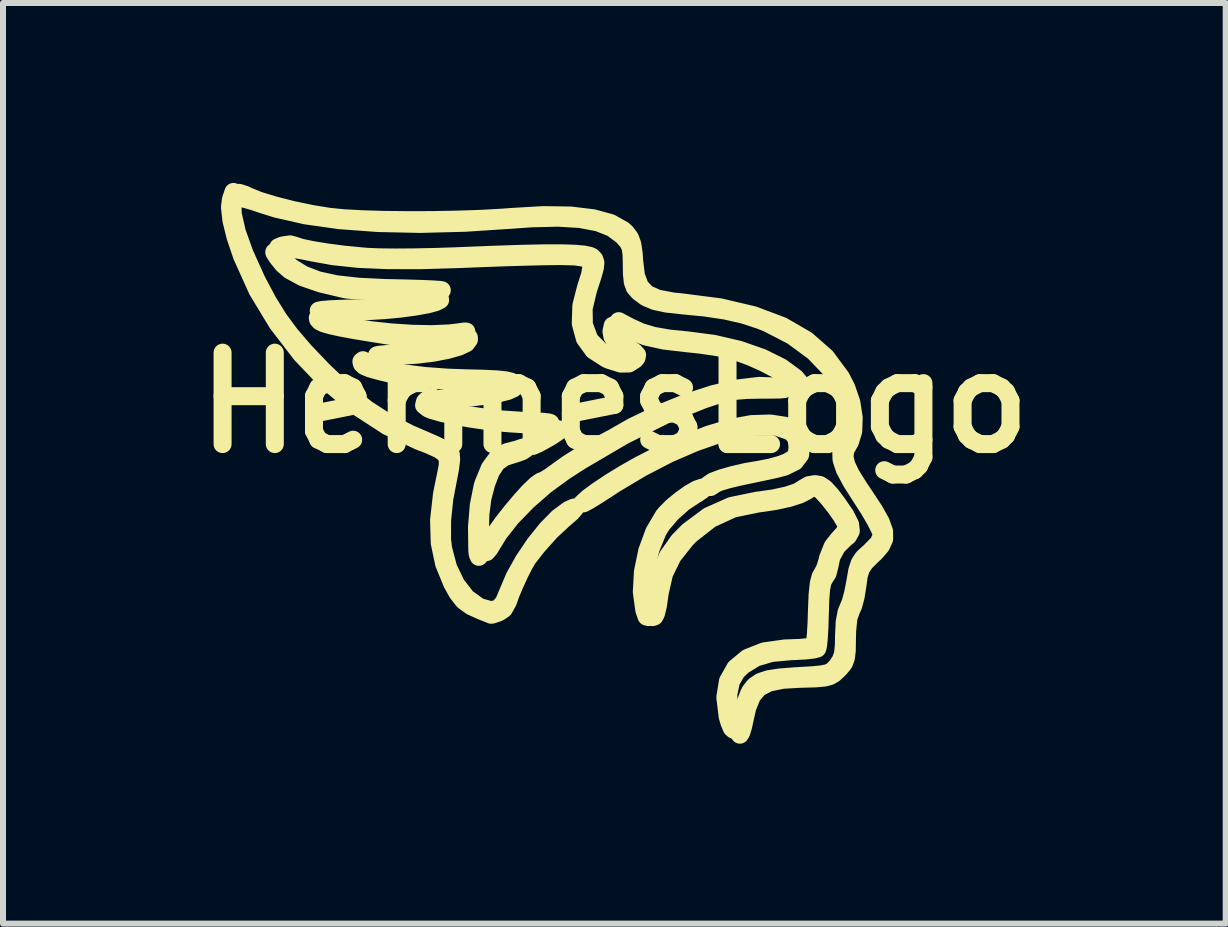
<source format=kicad_pcb>
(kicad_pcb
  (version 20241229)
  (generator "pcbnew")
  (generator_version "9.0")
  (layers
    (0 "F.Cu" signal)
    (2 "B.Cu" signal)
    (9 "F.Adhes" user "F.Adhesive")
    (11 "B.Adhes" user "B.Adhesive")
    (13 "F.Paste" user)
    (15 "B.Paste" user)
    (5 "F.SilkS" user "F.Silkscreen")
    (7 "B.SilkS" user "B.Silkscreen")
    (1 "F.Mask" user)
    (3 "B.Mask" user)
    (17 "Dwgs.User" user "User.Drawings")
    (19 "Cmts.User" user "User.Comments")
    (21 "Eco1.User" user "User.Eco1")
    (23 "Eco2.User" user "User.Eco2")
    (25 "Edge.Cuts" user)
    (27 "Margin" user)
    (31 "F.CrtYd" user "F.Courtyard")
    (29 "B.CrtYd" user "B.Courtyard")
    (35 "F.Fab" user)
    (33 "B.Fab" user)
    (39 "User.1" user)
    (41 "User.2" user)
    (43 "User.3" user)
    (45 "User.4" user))
  (footprint "HermesLogo"
    (layer "F.Cu")
    (at 7.192 3.664)
    (property "Reference" "HermesLogo" (at 0 0 0) (layer "F.SilkS") (effects (font (size 1.524 1.524) (thickness 0.3))))
    (attr through_hole)
    (fp_poly (pts (xy -0.048 -0.897) (xy -0.073 -0.873) (xy -0.097 -0.897) (xy -0.073 -0.921) (xy -0.048 -0.897)) (stroke (width 0.01) (type solid)) (fill yes) (layer "F.SilkS"))
    (fp_poly (pts (xy -0.914 0.448) (xy -0.942 0.485) (xy -1.047 0.556) (xy -1.091 0.582) (xy -1.26 0.677) (xy -1.36 0.721) (xy -1.403 0.718) (xy -1.406 0.705) (xy -1.366 0.673) (xy -1.269 0.619) (xy -1.236 0.603) (xy -1.127 0.541) (xy -1.069 0.489) (xy -1.066 0.479) (xy -1.025 0.446) (xy -0.957 0.437) (xy -0.914 0.448)) (stroke (width 0.3) (type solid)) (fill yes) (layer "F.SilkS"))
    (fp_poly (pts (xy -2.425 -1.085) (xy -2.424 -1.053) (xy -2.469 -0.992) (xy -2.595 -0.933) (xy -2.785 -0.879) (xy -3.021 -0.834) (xy -3.287 -0.801) (xy -3.566 -0.784) (xy -3.766 -0.783) (xy -3.899 -0.786) (xy -3.957 -0.791) (xy -3.934 -0.798) (xy -3.825 -0.809) (xy -3.624 -0.824) (xy -3.587 -0.827) (xy -3.174 -0.867) (xy -2.856 -0.919) (xy -2.633 -0.982) (xy -2.509 -1.052) (xy -2.445 -1.103) (xy -2.425 -1.085)) (stroke (width 0.3) (type solid)) (fill yes) (layer "F.SilkS"))
    (fp_poly (pts (xy -2.913 -1.748) (xy -2.905 -1.713) (xy -2.982 -1.675) (xy -3.127 -1.637) (xy -3.329 -1.601) (xy -3.573 -1.568) (xy -3.846 -1.543) (xy -4.133 -1.526) (xy -4.26 -1.522) (xy -4.505 -1.518) (xy -4.707 -1.518) (xy -4.853 -1.523) (xy -4.924 -1.531) (xy -4.928 -1.535) (xy -4.871 -1.547) (xy -4.736 -1.558) (xy -4.54 -1.567) (xy -4.304 -1.573) (xy -4.23 -1.575) (xy -3.853 -1.588) (xy -3.529 -1.617) (xy -3.271 -1.66) (xy -3.091 -1.714) (xy -3.028 -1.749) (xy -2.948 -1.762) (xy -2.913 -1.748)) (stroke (width 0.3) (type solid)) (fill yes) (layer "F.SilkS"))
    (fp_poly (pts (xy -1.471 0.764) (xy -1.538 0.81) (xy -1.654 0.85) (xy -1.66 0.851) (xy -1.837 0.908) (xy -1.963 1) (xy -2.059 1.149) (xy -2.136 1.349) (xy -2.2 1.594) (xy -2.233 1.855) (xy -2.241 2.121) (xy -2.242 2.316) (xy -2.247 2.468) (xy -2.255 2.556) (xy -2.259 2.569) (xy -2.277 2.528) (xy -2.285 2.46) (xy -2.29 2.075) (xy -2.26 1.71) (xy -2.197 1.397) (xy -2.181 1.344) (xy -2.075 1.087) (xy -1.949 0.917) (xy -1.795 0.825) (xy -1.745 0.812) (xy -1.611 0.777) (xy -1.531 0.749) (xy -1.467 0.734) (xy -1.471 0.764)) (stroke (width 0.3) (type solid)) (fill yes) (layer "F.SilkS"))
    (fp_poly (pts (xy -3.025 -0.071) (xy -3.071 -0.026) (xy -3.12 0.019) (xy -3.104 0.05) (xy -3.012 0.082) (xy -2.972 0.093) (xy -2.489 0.2) (xy -1.977 0.272) (xy -1.538 0.301) (xy -1.337 0.308) (xy -1.179 0.319) (xy -1.085 0.33) (xy -1.067 0.338) (xy -1.113 0.358) (xy -1.244 0.366) (xy -1.449 0.362) (xy -1.715 0.346) (xy -1.842 0.336) (xy -2.116 0.306) (xy -2.397 0.265) (xy -2.661 0.218) (xy -2.887 0.167) (xy -3.051 0.119) (xy -3.104 0.096) (xy -3.172 0.043) (xy -3.157 -0.016) (xy -3.148 -0.028) (xy -3.072 -0.086) (xy -3.036 -0.095) (xy -3.025 -0.071)) (stroke (width 0.3) (type solid)) (fill yes) (layer "F.SilkS"))
    (fp_poly (pts (xy -5.641 -2.502) (xy -5.573 -2.437) (xy -5.556 -2.418) (xy -5.389 -2.26) (xy -5.188 -2.136) (xy -4.943 -2.042) (xy -4.641 -1.976) (xy -4.27 -1.934) (xy -3.818 -1.912) (xy -3.715 -1.91) (xy -3.444 -1.904) (xy -3.208 -1.897) (xy -3.024 -1.889) (xy -2.909 -1.881) (xy -2.877 -1.875) (xy -2.91 -1.864) (xy -3.021 -1.857) (xy -3.192 -1.853) (xy -3.405 -1.852) (xy -3.64 -1.854) (xy -3.88 -1.858) (xy -4.105 -1.865) (xy -4.298 -1.873) (xy -4.439 -1.884) (xy -4.492 -1.892) (xy -4.889 -1.986) (xy -5.194 -2.091) (xy -5.413 -2.21) (xy -5.522 -2.305) (xy -5.61 -2.413) (xy -5.663 -2.491) (xy -5.67 -2.51) (xy -5.641 -2.502)) (stroke (width 0.3) (type solid)) (fill yes) (layer "F.SilkS"))
    (fp_poly (pts (xy -4.817 -1.391) (xy -4.802 -1.383) (xy -4.623 -1.317) (xy -4.369 -1.258) (xy -4.062 -1.209) (xy -3.726 -1.173) (xy -3.381 -1.15) (xy -3.05 -1.143) (xy -2.756 -1.155) (xy -2.593 -1.174) (xy -2.494 -1.188) (xy -2.468 -1.186) (xy -2.484 -1.181) (xy -2.556 -1.145) (xy -2.569 -1.123) (xy -2.614 -1.11) (xy -2.732 -1.098) (xy -2.9 -1.09) (xy -3.095 -1.084) (xy -3.293 -1.083) (xy -3.471 -1.086) (xy -3.605 -1.094) (xy -3.635 -1.098) (xy -4.028 -1.16) (xy -4.335 -1.211) (xy -4.567 -1.254) (xy -4.732 -1.291) (xy -4.843 -1.323) (xy -4.908 -1.355) (xy -4.938 -1.387) (xy -4.944 -1.415) (xy -4.907 -1.424) (xy -4.817 -1.391)) (stroke (width 0.3) (type solid)) (fill yes) (layer "F.SilkS"))
    (fp_poly (pts (xy 0.251 -1.265) (xy 0.441 -1.178) (xy 0.653 -1.115) (xy 0.911 -1.07) (xy 1.212 -1.04) (xy 1.656 -0.982) (xy 2.078 -0.884) (xy 2.46 -0.751) (xy 2.783 -0.591) (xy 3.02 -0.417) (xy 3.107 -0.311) (xy 3.121 -0.232) (xy 3.06 -0.196) (xy 3.039 -0.195) (xy 3.011 -0.209) (xy 3.044 -0.235) (xy 3.056 -0.286) (xy 2.991 -0.362) (xy 2.867 -0.457) (xy 2.697 -0.56) (xy 2.496 -0.665) (xy 2.28 -0.762) (xy 2.063 -0.842) (xy 1.878 -0.894) (xy 1.672 -0.934) (xy 1.423 -0.969) (xy 1.188 -0.994) (xy 0.828 -1.036) (xy 0.527 -1.103) (xy 0.299 -1.19) (xy 0.188 -1.261) (xy 0.073 -1.36) (xy 0.251 -1.265)) (stroke (width 0.3) (type solid)) (fill yes) (layer "F.SilkS"))
    (fp_poly (pts (xy 1.485 1.42) (xy 1.465 1.457) (xy 1.382 1.514) (xy 1.359 1.526) (xy 1.156 1.66) (xy 0.955 1.839) (xy 0.79 2.032) (xy 0.723 2.142) (xy 0.604 2.436) (xy 0.527 2.752) (xy 0.5 3.053) (xy 0.508 3.183) (xy 0.532 3.321) (xy 0.561 3.405) (xy 0.581 3.418) (xy 0.603 3.435) (xy 0.596 3.49) (xy 0.566 3.573) (xy 0.537 3.565) (xy 0.502 3.465) (xy 0.499 3.454) (xy 0.458 3.153) (xy 0.477 2.816) (xy 0.548 2.472) (xy 0.665 2.153) (xy 0.821 1.889) (xy 0.854 1.848) (xy 0.968 1.733) (xy 1.108 1.618) (xy 1.251 1.516) (xy 1.377 1.444) (xy 1.464 1.415) (xy 1.485 1.42)) (stroke (width 0.3) (type solid)) (fill yes) (layer "F.SilkS"))
    (fp_poly (pts (xy -4.148 -0.682) (xy -4.011 -0.609) (xy -3.792 -0.544) (xy -3.504 -0.489) (xy -3.164 -0.446) (xy -2.784 -0.418) (xy -2.501 -0.408) (xy -2.186 -0.4) (xy -1.958 -0.389) (xy -1.806 -0.373) (xy -1.719 -0.351) (xy -1.691 -0.331) (xy -1.675 -0.258) (xy -1.686 -0.237) (xy -1.776 -0.196) (xy -1.938 -0.155) (xy -2.15 -0.117) (xy -2.387 -0.088) (xy -2.586 -0.073) (xy -2.981 -0.054) (xy -2.618 -0.095) (xy -2.35 -0.131) (xy -2.115 -0.173) (xy -1.927 -0.218) (xy -1.803 -0.261) (xy -1.757 -0.299) (xy -1.757 -0.303) (xy -1.808 -0.319) (xy -1.939 -0.334) (xy -2.133 -0.348) (xy -2.374 -0.358) (xy -2.522 -0.361) (xy -2.923 -0.374) (xy -3.252 -0.4) (xy -3.53 -0.439) (xy -3.691 -0.472) (xy -3.924 -0.529) (xy -4.077 -0.572) (xy -4.167 -0.61) (xy -4.208 -0.648) (xy -4.217 -0.687) (xy -4.191 -0.709) (xy -4.148 -0.682)) (stroke (width 0.3) (type solid)) (fill yes) (layer "F.SilkS"))
    (fp_poly (pts (xy 2.718 -0.269) (xy 2.78 -0.258) (xy 2.843 -0.24) (xy 2.833 -0.227) (xy 2.742 -0.22) (xy 2.565 -0.218) (xy 2.465 -0.218) (xy 2.218 -0.214) (xy 2.025 -0.199) (xy 1.849 -0.166) (xy 1.648 -0.107) (xy 1.478 -0.05) (xy 0.837 0.208) (xy 0.156 0.548) (xy -0.557 0.966) (xy -0.832 1.143) (xy -1.151 1.376) (xy -1.452 1.639) (xy -1.717 1.912) (xy -1.924 2.175) (xy -2.013 2.32) (xy -2.08 2.431) (xy -2.131 2.49) (xy -2.145 2.492) (xy -2.139 2.434) (xy -2.08 2.321) (xy -1.98 2.169) (xy -1.852 1.992) (xy -1.708 1.809) (xy -1.56 1.633) (xy -1.422 1.481) (xy -1.306 1.369) (xy -1.225 1.312) (xy -1.208 1.309) (xy -1.149 1.281) (xy -1.04 1.21) (xy -0.934 1.132) (xy -0.78 1.022) (xy -0.632 0.928) (xy -0.557 0.887) (xy -0.437 0.824) (xy -0.275 0.732) (xy -0.145 0.655) (xy 0.302 0.4) (xy 0.759 0.18) (xy 1.213 -0.003) (xy 1.65 -0.144) (xy 2.055 -0.238) (xy 2.416 -0.281) (xy 2.718 -0.269)) (stroke (width 0.3) (type solid)) (fill yes) (layer "F.SilkS"))
    (fp_poly (pts (xy 2.613 0.348) (xy 2.845 0.384) (xy 2.997 0.459) (xy 3.083 0.582) (xy 3.112 0.707) (xy 3.098 0.864) (xy 3.009 0.982) (xy 2.837 1.067) (xy 2.69 1.106) (xy 2.518 1.143) (xy 2.299 1.189) (xy 2.078 1.236) (xy 2.073 1.237) (xy 1.893 1.28) (xy 1.752 1.322) (xy 1.676 1.355) (xy 1.67 1.361) (xy 1.605 1.405) (xy 1.594 1.406) (xy 1.567 1.376) (xy 1.575 1.359) (xy 1.643 1.313) (xy 1.784 1.26) (xy 1.976 1.205) (xy 2.195 1.154) (xy 2.407 1.118) (xy 2.602 1.08) (xy 2.785 1.029) (xy 2.88 0.992) (xy 2.995 0.926) (xy 3.044 0.848) (xy 3.054 0.732) (xy 3.037 0.597) (xy 2.971 0.51) (xy 2.913 0.471) (xy 2.708 0.401) (xy 2.437 0.388) (xy 2.111 0.431) (xy 1.741 0.524) (xy 1.336 0.666) (xy 0.907 0.852) (xy 0.464 1.081) (xy 0.017 1.347) (xy -0.096 1.421) (xy -0.28 1.54) (xy -0.423 1.628) (xy -0.514 1.677) (xy -0.539 1.68) (xy -0.535 1.675) (xy -0.437 1.584) (xy -0.272 1.463) (xy -0.061 1.323) (xy 0.176 1.178) (xy 0.419 1.041) (xy 0.633 0.931) (xy 1.136 0.701) (xy 1.573 0.531) (xy 1.954 0.417) (xy 2.288 0.356) (xy 2.585 0.347) (xy 2.613 0.348)) (stroke (width 0.3) (type solid)) (fill yes) (layer "F.SilkS"))
    (fp_poly (pts (xy -5.341 -2.623) (xy -5.229 -2.586) (xy -5.04 -2.546) (xy -4.794 -2.506) (xy -4.511 -2.469) (xy -4.21 -2.44) (xy -4.118 -2.432) (xy -3.926 -2.424) (xy -3.66 -2.421) (xy -3.344 -2.423) (xy -3 -2.43) (xy -2.652 -2.441) (xy -2.591 -2.444) (xy -2.036 -2.466) (xy -1.572 -2.482) (xy -1.192 -2.49) (xy -0.892 -2.491) (xy -0.665 -2.484) (xy -0.505 -2.47) (xy -0.407 -2.449) (xy -0.373 -2.432) (xy -0.333 -2.389) (xy -0.316 -2.335) (xy -0.325 -2.249) (xy -0.363 -2.113) (xy -0.431 -1.905) (xy -0.436 -1.89) (xy -0.512 -1.573) (xy -0.508 -1.302) (xy -0.423 -1.072) (xy -0.39 -1.022) (xy -0.217 -0.851) (xy 0.006 -0.731) (xy 0.124 -0.698) (xy 0.227 -0.704) (xy 0.275 -0.75) (xy 0.252 -0.812) (xy 0.219 -0.836) (xy 0.061 -0.958) (xy -0.032 -1.102) (xy -0.048 -1.188) (xy -0.027 -1.285) (xy 0.025 -1.305) (xy 0.077 -1.253) (xy 0.083 -1.22) (xy 0.056 -1.231) (xy 0.011 -1.225) (xy 0 -1.165) (xy 0.047 -1.064) (xy 0.184 -0.948) (xy 0.209 -0.932) (xy 0.33 -0.851) (xy 0.379 -0.798) (xy 0.37 -0.752) (xy 0.341 -0.717) (xy 0.243 -0.655) (xy 0.11 -0.652) (xy -0.075 -0.709) (xy -0.127 -0.731) (xy -0.347 -0.872) (xy -0.492 -1.071) (xy -0.56 -1.322) (xy -0.55 -1.619) (xy -0.471 -1.926) (xy -0.406 -2.128) (xy -0.381 -2.269) (xy -0.406 -2.362) (xy -0.493 -2.415) (xy -0.651 -2.439) (xy -0.891 -2.445) (xy -1.002 -2.444) (xy -1.215 -2.441) (xy -1.5 -2.434) (xy -1.833 -2.424) (xy -2.189 -2.411) (xy -2.543 -2.397) (xy -2.589 -2.395) (xy -3.231 -2.376) (xy -3.787 -2.377) (xy -4.267 -2.398) (xy -4.681 -2.442) (xy -5.017 -2.502) (xy -5.21 -2.541) (xy -5.385 -2.568) (xy -5.502 -2.577) (xy -5.597 -2.579) (xy -5.602 -2.592) (xy -5.534 -2.621) (xy -5.407 -2.64) (xy -5.341 -2.623)) (stroke (width 0.3) (type solid)) (fill yes) (layer "F.SilkS"))
    (fp_poly (pts (xy -6.368 -3.38) (xy -6.362 -3.147) (xy -6.294 -2.847) (xy -6.166 -2.488) (xy -5.98 -2.076) (xy -5.949 -2.012) (xy -5.776 -1.687) (xy -5.6 -1.402) (xy -5.402 -1.134) (xy -5.165 -0.858) (xy -4.871 -0.55) (xy -4.826 -0.505) (xy -4.469 -0.168) (xy -4.133 0.103) (xy -3.789 0.326) (xy -3.411 0.518) (xy -3.142 0.634) (xy -2.963 0.713) (xy -2.82 0.789) (xy -2.737 0.848) (xy -2.726 0.864) (xy -2.721 0.949) (xy -2.738 1.092) (xy -2.76 1.208) (xy -2.834 1.595) (xy -2.872 1.96) (xy -2.873 2.277) (xy -2.856 2.426) (xy -2.771 2.75) (xy -2.636 3.031) (xy -2.464 3.252) (xy -2.264 3.397) (xy -2.228 3.412) (xy -2.059 3.459) (xy -1.935 3.435) (xy -1.843 3.33) (xy -1.773 3.163) (xy -1.663 2.904) (xy -1.509 2.628) (xy -1.326 2.357) (xy -1.13 2.112) (xy -0.936 1.914) (xy -0.761 1.786) (xy -0.759 1.785) (xy -0.674 1.748) (xy -0.66 1.765) (xy -0.716 1.83) (xy -0.838 1.937) (xy -0.849 1.945) (xy -1.06 2.141) (xy -1.285 2.392) (xy -1.442 2.594) (xy -1.502 2.694) (xy -1.58 2.849) (xy -1.661 3.027) (xy -1.731 3.191) (xy -1.771 3.308) (xy -1.772 3.312) (xy -1.843 3.439) (xy -1.924 3.494) (xy -2.015 3.526) (xy -2.051 3.535) (xy -2.097 3.517) (xy -2.197 3.477) (xy -2.206 3.474) (xy -2.388 3.392) (xy -2.515 3.299) (xy -2.618 3.166) (xy -2.706 3.007) (xy -2.839 2.681) (xy -2.911 2.336) (xy -2.922 1.955) (xy -2.873 1.524) (xy -2.808 1.204) (xy -2.777 1.047) (xy -2.777 0.935) (xy -2.821 0.851) (xy -2.923 0.778) (xy -3.094 0.701) (xy -3.261 0.637) (xy -3.785 0.39) (xy -4.295 0.059) (xy -4.777 -0.345) (xy -5.221 -0.809) (xy -5.615 -1.322) (xy -5.948 -1.871) (xy -6.207 -2.445) (xy -6.211 -2.455) (xy -6.318 -2.773) (xy -6.385 -3.046) (xy -6.408 -3.26) (xy -6.393 -3.385) (xy -6.35 -3.514) (xy -6.368 -3.38)) (stroke (width 0.3) (type solid)) (fill yes) (layer "F.SilkS"))
    (fp_poly (pts (xy 3.428 1.372) (xy 3.509 1.426) (xy 3.608 1.534) (xy 3.713 1.672) (xy 3.854 1.878) (xy 3.93 2.029) (xy 3.942 2.139) (xy 3.896 2.223) (xy 3.843 2.265) (xy 3.712 2.395) (xy 3.618 2.568) (xy 3.587 2.72) (xy 3.555 2.843) (xy 3.51 2.913) (xy 3.474 2.978) (xy 3.449 3.089) (xy 3.434 3.262) (xy 3.426 3.514) (xy 3.425 3.531) (xy 3.419 3.749) (xy 3.408 3.931) (xy 3.395 4.055) (xy 3.383 4.098) (xy 3.321 4.115) (xy 3.188 4.13) (xy 3.009 4.14) (xy 2.947 4.142) (xy 2.618 4.172) (xy 2.357 4.249) (xy 2.144 4.38) (xy 2.041 4.477) (xy 1.945 4.643) (xy 1.9 4.858) (xy 1.91 5.088) (xy 1.955 5.248) (xy 1.993 5.366) (xy 1.996 5.442) (xy 1.989 5.452) (xy 1.957 5.424) (xy 1.916 5.325) (xy 1.889 5.231) (xy 1.85 4.912) (xy 1.894 4.641) (xy 2.018 4.421) (xy 2.22 4.254) (xy 2.497 4.145) (xy 2.846 4.096) (xy 2.919 4.094) (xy 3.103 4.087) (xy 3.247 4.073) (xy 3.325 4.057) (xy 3.331 4.053) (xy 3.346 3.993) (xy 3.36 3.858) (xy 3.371 3.668) (xy 3.377 3.482) (xy 3.388 3.204) (xy 3.408 3.014) (xy 3.438 2.899) (xy 3.458 2.866) (xy 3.511 2.768) (xy 3.555 2.626) (xy 3.56 2.597) (xy 3.64 2.395) (xy 3.736 2.275) (xy 3.827 2.174) (xy 3.875 2.09) (xy 3.878 2.075) (xy 3.849 1.993) (xy 3.774 1.868) (xy 3.672 1.725) (xy 3.56 1.585) (xy 3.456 1.473) (xy 3.378 1.411) (xy 3.36 1.406) (xy 3.257 1.436) (xy 3.203 1.472) (xy 3.093 1.53) (xy 2.912 1.588) (xy 2.685 1.638) (xy 2.437 1.675) (xy 2.393 1.68) (xy 1.977 1.766) (xy 1.603 1.939) (xy 1.269 2.2) (xy 1.195 2.275) (xy 0.971 2.558) (xy 0.829 2.85) (xy 0.754 3.181) (xy 0.749 3.227) (xy 0.725 3.389) (xy 0.694 3.514) (xy 0.669 3.563) (xy 0.638 3.574) (xy 0.648 3.514) (xy 0.671 3.405) (xy 0.696 3.253) (xy 0.702 3.208) (xy 0.771 2.853) (xy 0.891 2.56) (xy 1.076 2.3) (xy 1.233 2.141) (xy 1.57 1.89) (xy 1.951 1.721) (xy 2.384 1.632) (xy 2.405 1.63) (xy 2.658 1.594) (xy 2.882 1.545) (xy 3.053 1.488) (xy 3.152 1.428) (xy 3.155 1.425) (xy 3.243 1.374) (xy 3.347 1.357) (xy 3.428 1.372)) (stroke (width 0.3) (type solid)) (fill yes) (layer "F.SilkS"))
    (fp_poly (pts (xy -6.159 -3.468) (xy -6.112 -3.445) (xy -5.924 -3.369) (xy -5.665 -3.29) (xy -5.362 -3.213) (xy -5.041 -3.146) (xy -4.75 -3.099) (xy -4.518 -3.076) (xy -4.209 -3.059) (xy -3.843 -3.048) (xy -3.44 -3.044) (xy -3.02 -3.045) (xy -2.603 -3.053) (xy -2.209 -3.066) (xy -1.857 -3.086) (xy -1.712 -3.097) (xy -1.185 -3.128) (xy -0.731 -3.121) (xy -0.356 -3.076) (xy -0.061 -2.996) (xy 0.147 -2.879) (xy 0.195 -2.835) (xy 0.261 -2.747) (xy 0.3 -2.639) (xy 0.323 -2.481) (xy 0.331 -2.361) (xy 0.36 -2.117) (xy 0.426 -1.939) (xy 0.541 -1.816) (xy 0.721 -1.736) (xy 0.976 -1.688) (xy 1.117 -1.674) (xy 1.761 -1.591) (xy 2.322 -1.459) (xy 2.802 -1.278) (xy 3.204 -1.045) (xy 3.528 -0.761) (xy 3.777 -0.425) (xy 3.867 -0.25) (xy 3.951 -0.006) (xy 3.99 0.244) (xy 3.983 0.473) (xy 3.928 0.653) (xy 3.91 0.682) (xy 3.852 0.789) (xy 3.836 0.901) (xy 3.866 1.033) (xy 3.947 1.202) (xy 4.084 1.421) (xy 4.158 1.531) (xy 4.329 1.79) (xy 4.441 1.989) (xy 4.497 2.144) (xy 4.498 2.271) (xy 4.446 2.385) (xy 4.345 2.501) (xy 4.302 2.541) (xy 4.182 2.659) (xy 4.113 2.76) (xy 4.075 2.882) (xy 4.052 3.05) (xy 4.023 3.23) (xy 3.983 3.382) (xy 3.947 3.461) (xy 3.903 3.586) (xy 3.881 3.8) (xy 3.878 3.933) (xy 3.875 4.127) (xy 3.861 4.252) (xy 3.829 4.338) (xy 3.769 4.414) (xy 3.735 4.45) (xy 3.664 4.516) (xy 3.594 4.558) (xy 3.502 4.582) (xy 3.364 4.595) (xy 3.156 4.601) (xy 3.122 4.601) (xy 2.808 4.619) (xy 2.576 4.666) (xy 2.409 4.752) (xy 2.295 4.887) (xy 2.217 5.08) (xy 2.18 5.244) (xy 2.146 5.399) (xy 2.115 5.5) (xy 2.093 5.534) (xy 2.084 5.488) (xy 2.099 5.36) (xy 2.137 5.187) (xy 2.187 5.009) (xy 2.24 4.864) (xy 2.267 4.809) (xy 2.341 4.718) (xy 2.437 4.653) (xy 2.571 4.609) (xy 2.763 4.58) (xy 3.032 4.559) (xy 3.072 4.557) (xy 3.305 4.543) (xy 3.462 4.528) (xy 3.563 4.507) (xy 3.631 4.473) (xy 3.684 4.421) (xy 3.714 4.385) (xy 3.776 4.291) (xy 3.812 4.186) (xy 3.827 4.037) (xy 3.829 3.888) (xy 3.84 3.656) (xy 3.872 3.488) (xy 3.898 3.428) (xy 3.94 3.326) (xy 3.983 3.164) (xy 4.018 2.982) (xy 4.05 2.797) (xy 4.09 2.675) (xy 4.152 2.583) (xy 4.254 2.49) (xy 4.264 2.481) (xy 4.405 2.338) (xy 4.459 2.215) (xy 4.46 2.204) (xy 4.433 2.121) (xy 4.362 1.978) (xy 4.257 1.796) (xy 4.127 1.593) (xy 4.12 1.582) (xy 3.951 1.317) (xy 3.841 1.11) (xy 3.787 0.947) (xy 3.783 0.811) (xy 3.827 0.689) (xy 3.864 0.63) (xy 3.927 0.469) (xy 3.943 0.256) (xy 3.913 0.023) (xy 3.838 -0.199) (xy 3.834 -0.209) (xy 3.622 -0.542) (xy 3.328 -0.848) (xy 2.967 -1.114) (xy 2.551 -1.329) (xy 2.433 -1.376) (xy 2.155 -1.467) (xy 1.854 -1.536) (xy 1.504 -1.588) (xy 1.148 -1.622) (xy 0.876 -1.652) (xy 0.677 -1.694) (xy 0.529 -1.757) (xy 0.407 -1.847) (xy 0.4 -1.854) (xy 0.34 -1.924) (xy 0.307 -2.014) (xy 0.293 -2.152) (xy 0.291 -2.292) (xy 0.287 -2.474) (xy 0.27 -2.592) (xy 0.228 -2.678) (xy 0.151 -2.767) (xy 0.13 -2.788) (xy -0.043 -2.916) (xy -0.274 -3.007) (xy -0.571 -3.063) (xy -0.941 -3.085) (xy -1.391 -3.074) (xy -1.695 -3.052) (xy -2.491 -3) (xy -3.243 -2.981) (xy -3.941 -2.996) (xy -4.579 -3.043) (xy -5.146 -3.123) (xy -5.634 -3.234) (xy -5.845 -3.3) (xy -6.009 -3.355) (xy -6.143 -3.394) (xy -6.209 -3.408) (xy -6.276 -3.444) (xy -6.285 -3.473) (xy -6.255 -3.499) (xy -6.159 -3.468)) (stroke (width 0.3) (type solid)) (fill yes) (layer "F.SilkS")))
  (gr_rect
    (start -3 -3)
    (end 17.384 12.348)
    (stroke (width 0.1) (type default))
    (fill no)
    (layer "Edge.Cuts")))
</source>
